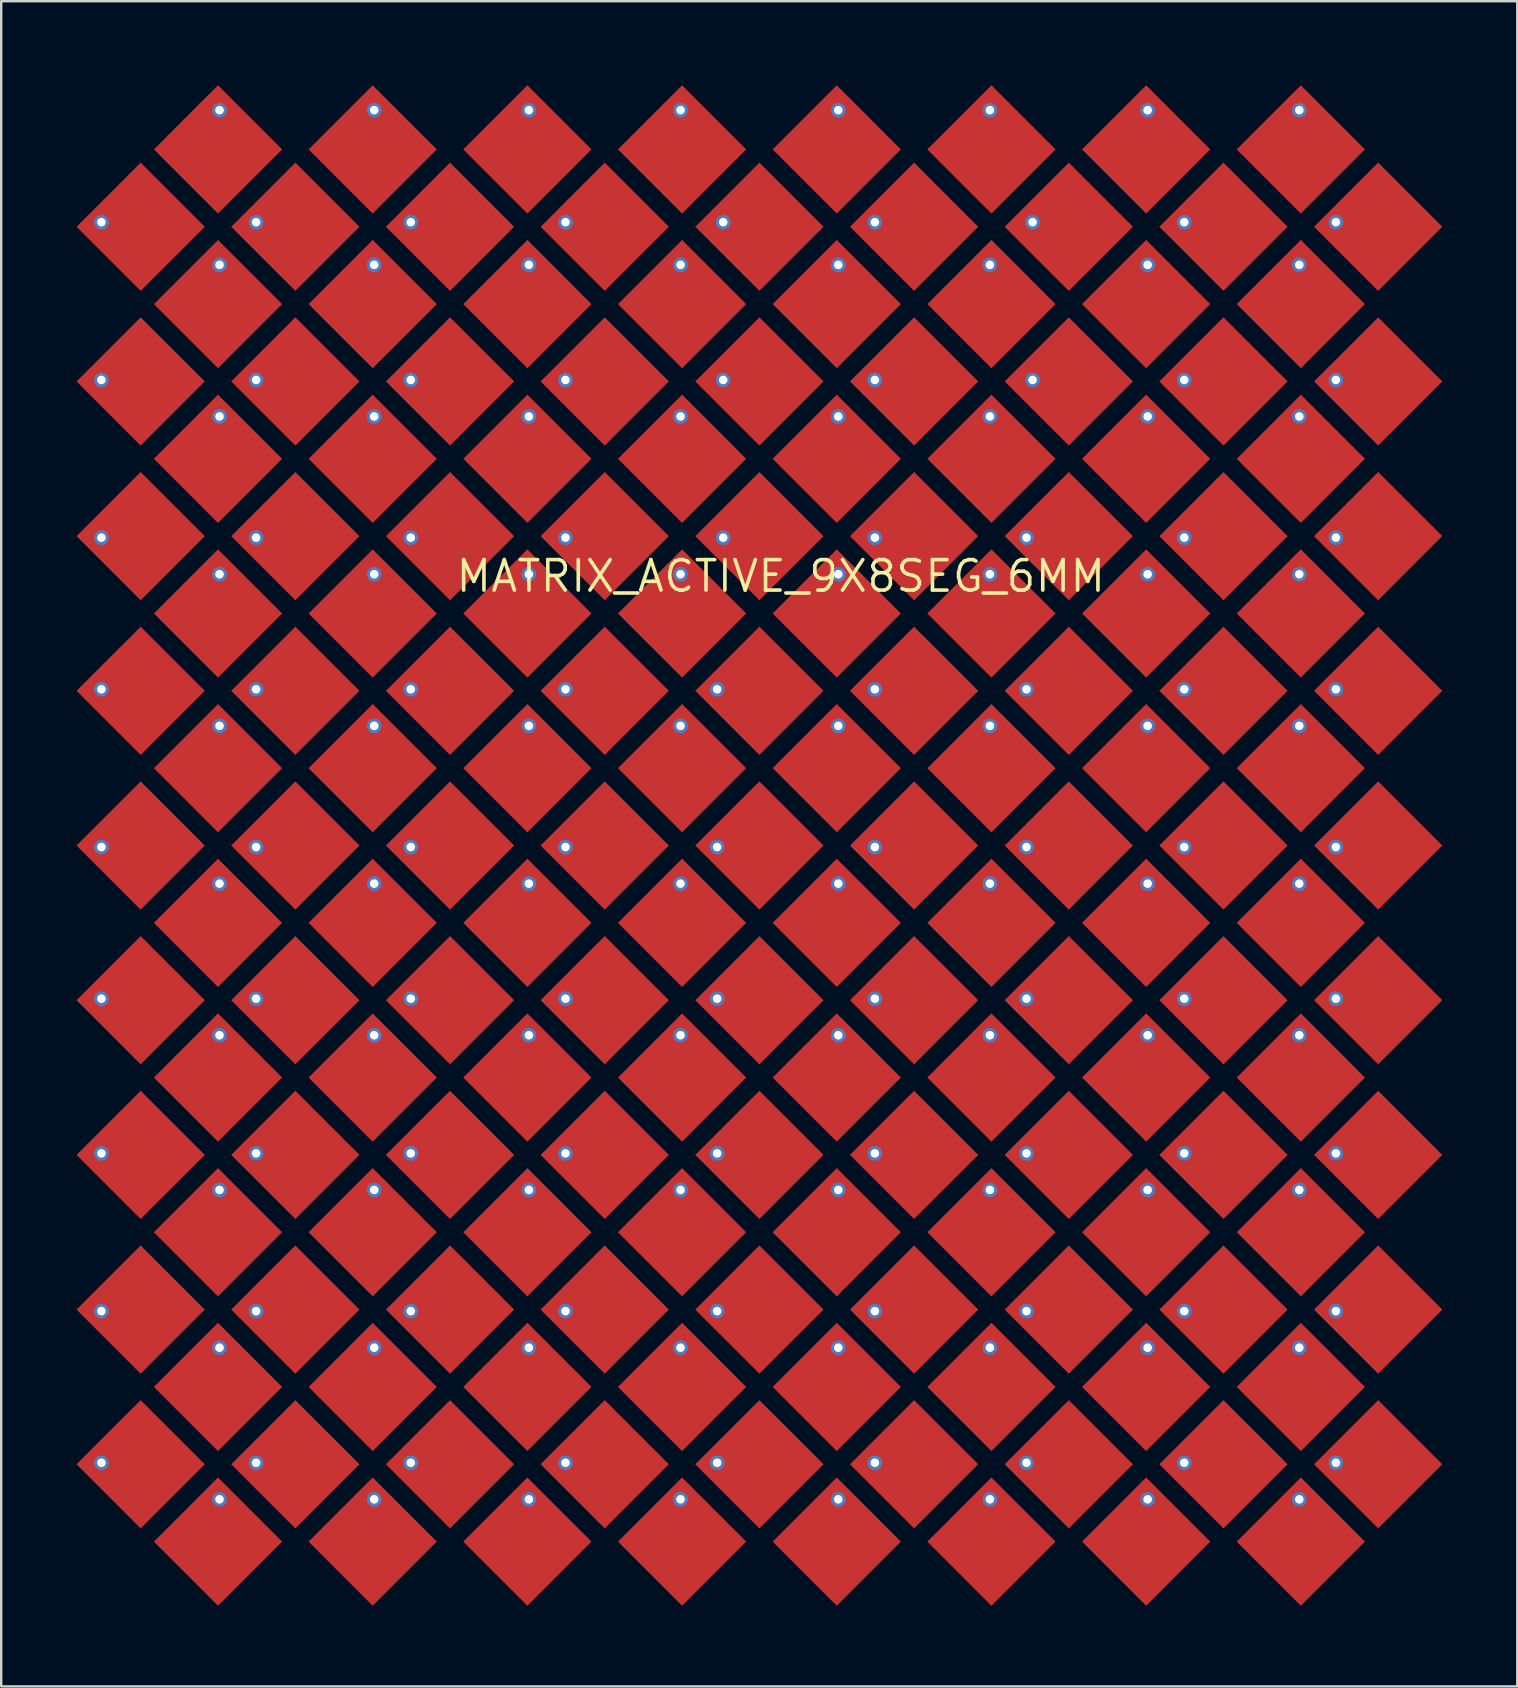
<source format=kicad_pcb>
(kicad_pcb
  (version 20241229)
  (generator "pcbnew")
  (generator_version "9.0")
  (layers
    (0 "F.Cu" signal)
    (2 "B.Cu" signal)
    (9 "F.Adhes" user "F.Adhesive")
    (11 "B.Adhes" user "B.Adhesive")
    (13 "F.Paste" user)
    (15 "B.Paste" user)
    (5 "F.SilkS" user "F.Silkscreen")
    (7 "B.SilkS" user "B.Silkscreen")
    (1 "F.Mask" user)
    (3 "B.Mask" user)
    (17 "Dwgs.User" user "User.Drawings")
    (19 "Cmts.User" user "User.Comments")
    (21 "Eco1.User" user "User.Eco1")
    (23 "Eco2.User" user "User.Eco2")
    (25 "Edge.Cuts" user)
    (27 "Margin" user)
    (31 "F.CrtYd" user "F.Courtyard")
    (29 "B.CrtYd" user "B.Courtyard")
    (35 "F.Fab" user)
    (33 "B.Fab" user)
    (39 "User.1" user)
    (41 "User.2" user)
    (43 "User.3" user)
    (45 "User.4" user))
  (footprint "MATRIX_ACTIVE_9X8SEG_6MM"
    (layer "F.Cu")
    (at 29.48 20.955)
    (property "Reference" "MATRIX_ACTIVE_9X8SEG_6MM" (at 0 0 0) (layer "F.SilkS") (effects (font (size 1.27 1.27) (thickness 0.15))))
    (fp_poly (pts (xy -23.998 -14.557) (xy -26.67 -11.886) (xy -29.342 -14.557) (xy -26.67 -17.229)) (stroke (width 0) (type default)) (fill yes) (layer "F.Cu"))
    (fp_poly (pts (xy -23.998 -8.113) (xy -26.67 -5.441) (xy -29.342 -8.113) (xy -26.67 -10.784)) (stroke (width 0) (type default)) (fill yes) (layer "F.Cu"))
    (fp_poly (pts (xy -23.998 -1.667) (xy -26.67 1.004) (xy -29.342 -1.667) (xy -26.67 -4.339)) (stroke (width 0) (type default)) (fill yes) (layer "F.Cu"))
    (fp_poly (pts (xy -23.998 4.777) (xy -26.67 7.449) (xy -29.342 4.777) (xy -26.67 2.106)) (stroke (width 0) (type default)) (fill yes) (layer "F.Cu"))
    (fp_poly (pts (xy -23.998 11.223) (xy -26.67 13.894) (xy -29.342 11.223) (xy -26.67 8.551)) (stroke (width 0) (type default)) (fill yes) (layer "F.Cu"))
    (fp_poly (pts (xy -23.998 17.668) (xy -26.67 20.339) (xy -29.342 17.668) (xy -26.67 14.996)) (stroke (width 0) (type default)) (fill yes) (layer "F.Cu"))
    (fp_poly (pts (xy -23.998 24.113) (xy -26.67 26.784) (xy -29.342 24.113) (xy -26.67 21.441)) (stroke (width 0) (type default)) (fill yes) (layer "F.Cu"))
    (fp_poly (pts (xy -23.998 30.558) (xy -26.67 33.229) (xy -29.342 30.558) (xy -26.67 27.886)) (stroke (width 0) (type default)) (fill yes) (layer "F.Cu"))
    (fp_poly (pts (xy -23.998 37.002) (xy -26.67 39.674) (xy -29.342 37.002) (xy -26.67 34.331)) (stroke (width 0) (type default)) (fill yes) (layer "F.Cu"))
    (fp_poly (pts (xy -20.776 -17.78) (xy -23.448 -15.108) (xy -26.119 -17.78) (xy -23.448 -20.452)) (stroke (width 0) (type default)) (fill yes) (layer "F.Cu"))
    (fp_poly (pts (xy -20.776 -11.335) (xy -23.448 -8.663) (xy -26.119 -11.335) (xy -23.448 -14.007)) (stroke (width 0) (type default)) (fill yes) (layer "F.Cu"))
    (fp_poly (pts (xy -20.776 -4.89) (xy -23.448 -2.218) (xy -26.119 -4.89) (xy -23.448 -7.562)) (stroke (width 0) (type default)) (fill yes) (layer "F.Cu"))
    (fp_poly (pts (xy -20.776 1.555) (xy -23.448 4.227) (xy -26.119 1.555) (xy -23.448 -1.117)) (stroke (width 0) (type default)) (fill yes) (layer "F.Cu"))
    (fp_poly (pts (xy -20.776 8) (xy -23.448 10.672) (xy -26.119 8) (xy -23.448 5.328)) (stroke (width 0) (type default)) (fill yes) (layer "F.Cu"))
    (fp_poly (pts (xy -20.776 14.445) (xy -23.448 17.117) (xy -26.119 14.445) (xy -23.448 11.773)) (stroke (width 0) (type default)) (fill yes) (layer "F.Cu"))
    (fp_poly (pts (xy -20.776 20.89) (xy -23.448 23.562) (xy -26.119 20.89) (xy -23.448 18.218)) (stroke (width 0) (type default)) (fill yes) (layer "F.Cu"))
    (fp_poly (pts (xy -20.776 27.335) (xy -23.448 30.007) (xy -26.119 27.335) (xy -23.448 24.663)) (stroke (width 0) (type default)) (fill yes) (layer "F.Cu"))
    (fp_poly (pts (xy -20.776 33.78) (xy -23.448 36.452) (xy -26.119 33.78) (xy -23.448 31.108)) (stroke (width 0) (type default)) (fill yes) (layer "F.Cu"))
    (fp_poly (pts (xy -20.776 40.225) (xy -23.448 42.897) (xy -26.119 40.225) (xy -23.448 37.553)) (stroke (width 0) (type default)) (fill yes) (layer "F.Cu"))
    (fp_poly (pts (xy -17.553 -14.557) (xy -20.225 -11.886) (xy -22.897 -14.557) (xy -20.225 -17.229)) (stroke (width 0) (type default)) (fill yes) (layer "F.Cu"))
    (fp_poly (pts (xy -17.553 -8.113) (xy -20.225 -5.441) (xy -22.897 -8.113) (xy -20.225 -10.784)) (stroke (width 0) (type default)) (fill yes) (layer "F.Cu"))
    (fp_poly (pts (xy -17.553 -1.667) (xy -20.225 1.004) (xy -22.897 -1.667) (xy -20.225 -4.339)) (stroke (width 0) (type default)) (fill yes) (layer "F.Cu"))
    (fp_poly (pts (xy -17.553 4.777) (xy -20.225 7.449) (xy -22.897 4.777) (xy -20.225 2.106)) (stroke (width 0) (type default)) (fill yes) (layer "F.Cu"))
    (fp_poly (pts (xy -17.553 11.223) (xy -20.225 13.894) (xy -22.897 11.223) (xy -20.225 8.551)) (stroke (width 0) (type default)) (fill yes) (layer "F.Cu"))
    (fp_poly (pts (xy -17.553 17.668) (xy -20.225 20.339) (xy -22.897 17.668) (xy -20.225 14.996)) (stroke (width 0) (type default)) (fill yes) (layer "F.Cu"))
    (fp_poly (pts (xy -17.553 24.113) (xy -20.225 26.784) (xy -22.897 24.113) (xy -20.225 21.441)) (stroke (width 0) (type default)) (fill yes) (layer "F.Cu"))
    (fp_poly (pts (xy -17.553 30.558) (xy -20.225 33.229) (xy -22.897 30.558) (xy -20.225 27.886)) (stroke (width 0) (type default)) (fill yes) (layer "F.Cu"))
    (fp_poly (pts (xy -17.553 37.002) (xy -20.225 39.674) (xy -22.897 37.002) (xy -20.225 34.331)) (stroke (width 0) (type default)) (fill yes) (layer "F.Cu"))
    (fp_poly (pts (xy -14.331 -17.78) (xy -17.003 -15.108) (xy -19.674 -17.78) (xy -17.003 -20.452)) (stroke (width 0) (type default)) (fill yes) (layer "F.Cu"))
    (fp_poly (pts (xy -14.331 -11.335) (xy -17.003 -8.663) (xy -19.674 -11.335) (xy -17.003 -14.007)) (stroke (width 0) (type default)) (fill yes) (layer "F.Cu"))
    (fp_poly (pts (xy -14.331 -4.89) (xy -17.003 -2.218) (xy -19.674 -4.89) (xy -17.003 -7.562)) (stroke (width 0) (type default)) (fill yes) (layer "F.Cu"))
    (fp_poly (pts (xy -14.331 1.555) (xy -17.003 4.227) (xy -19.674 1.555) (xy -17.003 -1.117)) (stroke (width 0) (type default)) (fill yes) (layer "F.Cu"))
    (fp_poly (pts (xy -14.331 8) (xy -17.003 10.672) (xy -19.674 8) (xy -17.003 5.328)) (stroke (width 0) (type default)) (fill yes) (layer "F.Cu"))
    (fp_poly (pts (xy -14.331 14.445) (xy -17.003 17.117) (xy -19.674 14.445) (xy -17.003 11.773)) (stroke (width 0) (type default)) (fill yes) (layer "F.Cu"))
    (fp_poly (pts (xy -14.331 20.89) (xy -17.003 23.562) (xy -19.674 20.89) (xy -17.003 18.218)) (stroke (width 0) (type default)) (fill yes) (layer "F.Cu"))
    (fp_poly (pts (xy -14.331 27.335) (xy -17.003 30.007) (xy -19.674 27.335) (xy -17.003 24.663)) (stroke (width 0) (type default)) (fill yes) (layer "F.Cu"))
    (fp_poly (pts (xy -14.331 33.78) (xy -17.003 36.452) (xy -19.674 33.78) (xy -17.003 31.108)) (stroke (width 0) (type default)) (fill yes) (layer "F.Cu"))
    (fp_poly (pts (xy -14.331 40.225) (xy -17.003 42.897) (xy -19.674 40.225) (xy -17.003 37.553)) (stroke (width 0) (type default)) (fill yes) (layer "F.Cu"))
    (fp_poly (pts (xy -11.108 -14.557) (xy -13.78 -11.886) (xy -16.452 -14.557) (xy -13.78 -17.229)) (stroke (width 0) (type default)) (fill yes) (layer "F.Cu"))
    (fp_poly (pts (xy -11.108 -8.113) (xy -13.78 -5.441) (xy -16.452 -8.113) (xy -13.78 -10.784)) (stroke (width 0) (type default)) (fill yes) (layer "F.Cu"))
    (fp_poly (pts (xy -11.108 -1.667) (xy -13.78 1.004) (xy -16.452 -1.667) (xy -13.78 -4.339)) (stroke (width 0) (type default)) (fill yes) (layer "F.Cu"))
    (fp_poly (pts (xy -11.108 4.777) (xy -13.78 7.449) (xy -16.452 4.777) (xy -13.78 2.106)) (stroke (width 0) (type default)) (fill yes) (layer "F.Cu"))
    (fp_poly (pts (xy -11.108 11.223) (xy -13.78 13.894) (xy -16.452 11.223) (xy -13.78 8.551)) (stroke (width 0) (type default)) (fill yes) (layer "F.Cu"))
    (fp_poly (pts (xy -11.108 17.668) (xy -13.78 20.339) (xy -16.452 17.668) (xy -13.78 14.996)) (stroke (width 0) (type default)) (fill yes) (layer "F.Cu"))
    (fp_poly (pts (xy -11.108 24.113) (xy -13.78 26.784) (xy -16.452 24.113) (xy -13.78 21.441)) (stroke (width 0) (type default)) (fill yes) (layer "F.Cu"))
    (fp_poly (pts (xy -11.108 30.558) (xy -13.78 33.229) (xy -16.452 30.558) (xy -13.78 27.886)) (stroke (width 0) (type default)) (fill yes) (layer "F.Cu"))
    (fp_poly (pts (xy -11.108 37.002) (xy -13.78 39.674) (xy -16.452 37.002) (xy -13.78 34.331)) (stroke (width 0) (type default)) (fill yes) (layer "F.Cu"))
    (fp_poly (pts (xy -7.886 -17.78) (xy -10.557 -15.108) (xy -13.229 -17.78) (xy -10.557 -20.452)) (stroke (width 0) (type default)) (fill yes) (layer "F.Cu"))
    (fp_poly (pts (xy -7.886 -11.335) (xy -10.557 -8.663) (xy -13.229 -11.335) (xy -10.557 -14.007)) (stroke (width 0) (type default)) (fill yes) (layer "F.Cu"))
    (fp_poly (pts (xy -7.886 -4.89) (xy -10.557 -2.218) (xy -13.229 -4.89) (xy -10.557 -7.562)) (stroke (width 0) (type default)) (fill yes) (layer "F.Cu"))
    (fp_poly (pts (xy -7.886 1.555) (xy -10.557 4.227) (xy -13.229 1.555) (xy -10.557 -1.117)) (stroke (width 0) (type default)) (fill yes) (layer "F.Cu"))
    (fp_poly (pts (xy -7.886 8) (xy -10.557 10.672) (xy -13.229 8) (xy -10.557 5.328)) (stroke (width 0) (type default)) (fill yes) (layer "F.Cu"))
    (fp_poly (pts (xy -7.886 14.445) (xy -10.557 17.117) (xy -13.229 14.445) (xy -10.557 11.773)) (stroke (width 0) (type default)) (fill yes) (layer "F.Cu"))
    (fp_poly (pts (xy -7.886 20.89) (xy -10.557 23.562) (xy -13.229 20.89) (xy -10.557 18.218)) (stroke (width 0) (type default)) (fill yes) (layer "F.Cu"))
    (fp_poly (pts (xy -7.886 27.335) (xy -10.557 30.007) (xy -13.229 27.335) (xy -10.557 24.663)) (stroke (width 0) (type default)) (fill yes) (layer "F.Cu"))
    (fp_poly (pts (xy -7.886 33.78) (xy -10.557 36.452) (xy -13.229 33.78) (xy -10.557 31.108)) (stroke (width 0) (type default)) (fill yes) (layer "F.Cu"))
    (fp_poly (pts (xy -7.886 40.225) (xy -10.557 42.897) (xy -13.229 40.225) (xy -10.557 37.553)) (stroke (width 0) (type default)) (fill yes) (layer "F.Cu"))
    (fp_poly (pts (xy -4.663 -14.557) (xy -7.335 -11.886) (xy -10.007 -14.557) (xy -7.335 -17.229)) (stroke (width 0) (type default)) (fill yes) (layer "F.Cu"))
    (fp_poly (pts (xy -4.663 -8.113) (xy -7.335 -5.441) (xy -10.007 -8.113) (xy -7.335 -10.784)) (stroke (width 0) (type default)) (fill yes) (layer "F.Cu"))
    (fp_poly (pts (xy -4.663 -1.667) (xy -7.335 1.004) (xy -10.007 -1.667) (xy -7.335 -4.339)) (stroke (width 0) (type default)) (fill yes) (layer "F.Cu"))
    (fp_poly (pts (xy -4.663 4.777) (xy -7.335 7.449) (xy -10.007 4.777) (xy -7.335 2.106)) (stroke (width 0) (type default)) (fill yes) (layer "F.Cu"))
    (fp_poly (pts (xy -4.663 11.223) (xy -7.335 13.894) (xy -10.007 11.223) (xy -7.335 8.551)) (stroke (width 0) (type default)) (fill yes) (layer "F.Cu"))
    (fp_poly (pts (xy -4.663 17.668) (xy -7.335 20.339) (xy -10.007 17.668) (xy -7.335 14.996)) (stroke (width 0) (type default)) (fill yes) (layer "F.Cu"))
    (fp_poly (pts (xy -4.663 24.113) (xy -7.335 26.784) (xy -10.007 24.113) (xy -7.335 21.441)) (stroke (width 0) (type default)) (fill yes) (layer "F.Cu"))
    (fp_poly (pts (xy -4.663 30.558) (xy -7.335 33.229) (xy -10.007 30.558) (xy -7.335 27.886)) (stroke (width 0) (type default)) (fill yes) (layer "F.Cu"))
    (fp_poly (pts (xy -4.663 37.002) (xy -7.335 39.674) (xy -10.007 37.002) (xy -7.335 34.331)) (stroke (width 0) (type default)) (fill yes) (layer "F.Cu"))
    (fp_poly (pts (xy -1.441 -17.78) (xy -4.112 -15.108) (xy -6.784 -17.78) (xy -4.112 -20.452)) (stroke (width 0) (type default)) (fill yes) (layer "F.Cu"))
    (fp_poly (pts (xy -1.441 -11.335) (xy -4.112 -8.663) (xy -6.784 -11.335) (xy -4.112 -14.007)) (stroke (width 0) (type default)) (fill yes) (layer "F.Cu"))
    (fp_poly (pts (xy -1.441 -4.89) (xy -4.112 -2.218) (xy -6.784 -4.89) (xy -4.112 -7.562)) (stroke (width 0) (type default)) (fill yes) (layer "F.Cu"))
    (fp_poly (pts (xy -1.441 1.555) (xy -4.112 4.227) (xy -6.784 1.555) (xy -4.112 -1.117)) (stroke (width 0) (type default)) (fill yes) (layer "F.Cu"))
    (fp_poly (pts (xy -1.441 8) (xy -4.112 10.672) (xy -6.784 8) (xy -4.112 5.328)) (stroke (width 0) (type default)) (fill yes) (layer "F.Cu"))
    (fp_poly (pts (xy -1.441 14.445) (xy -4.112 17.117) (xy -6.784 14.445) (xy -4.112 11.773)) (stroke (width 0) (type default)) (fill yes) (layer "F.Cu"))
    (fp_poly (pts (xy -1.441 20.89) (xy -4.112 23.562) (xy -6.784 20.89) (xy -4.112 18.218)) (stroke (width 0) (type default)) (fill yes) (layer "F.Cu"))
    (fp_poly (pts (xy -1.441 27.335) (xy -4.112 30.007) (xy -6.784 27.335) (xy -4.112 24.663)) (stroke (width 0) (type default)) (fill yes) (layer "F.Cu"))
    (fp_poly (pts (xy -1.441 33.78) (xy -4.112 36.452) (xy -6.784 33.78) (xy -4.112 31.108)) (stroke (width 0) (type default)) (fill yes) (layer "F.Cu"))
    (fp_poly (pts (xy -1.441 40.225) (xy -4.112 42.897) (xy -6.784 40.225) (xy -4.112 37.553)) (stroke (width 0) (type default)) (fill yes) (layer "F.Cu"))
    (fp_poly (pts (xy 1.782 -14.557) (xy -0.89 -11.886) (xy -3.562 -14.557) (xy -0.89 -17.229)) (stroke (width 0) (type default)) (fill yes) (layer "F.Cu"))
    (fp_poly (pts (xy 1.782 -8.113) (xy -0.89 -5.441) (xy -3.562 -8.113) (xy -0.89 -10.784)) (stroke (width 0) (type default)) (fill yes) (layer "F.Cu"))
    (fp_poly (pts (xy 1.782 -1.667) (xy -0.89 1.004) (xy -3.562 -1.667) (xy -0.89 -4.339)) (stroke (width 0) (type default)) (fill yes) (layer "F.Cu"))
    (fp_poly (pts (xy 1.782 4.777) (xy -0.89 7.449) (xy -3.562 4.777) (xy -0.89 2.106)) (stroke (width 0) (type default)) (fill yes) (layer "F.Cu"))
    (fp_poly (pts (xy 1.782 11.223) (xy -0.89 13.894) (xy -3.562 11.223) (xy -0.89 8.551)) (stroke (width 0) (type default)) (fill yes) (layer "F.Cu"))
    (fp_poly (pts (xy 1.782 17.668) (xy -0.89 20.339) (xy -3.562 17.668) (xy -0.89 14.996)) (stroke (width 0) (type default)) (fill yes) (layer "F.Cu"))
    (fp_poly (pts (xy 1.782 24.113) (xy -0.89 26.784) (xy -3.562 24.113) (xy -0.89 21.441)) (stroke (width 0) (type default)) (fill yes) (layer "F.Cu"))
    (fp_poly (pts (xy 1.782 30.558) (xy -0.89 33.229) (xy -3.562 30.558) (xy -0.89 27.886)) (stroke (width 0) (type default)) (fill yes) (layer "F.Cu"))
    (fp_poly (pts (xy 1.782 37.002) (xy -0.89 39.674) (xy -3.562 37.002) (xy -0.89 34.331)) (stroke (width 0) (type default)) (fill yes) (layer "F.Cu"))
    (fp_poly (pts (xy 5.004 -17.78) (xy 2.333 -15.108) (xy -0.339 -17.78) (xy 2.333 -20.452)) (stroke (width 0) (type default)) (fill yes) (layer "F.Cu"))
    (fp_poly (pts (xy 5.004 -11.335) (xy 2.333 -8.663) (xy -0.339 -11.335) (xy 2.333 -14.007)) (stroke (width 0) (type default)) (fill yes) (layer "F.Cu"))
    (fp_poly (pts (xy 5.004 -4.89) (xy 2.333 -2.218) (xy -0.339 -4.89) (xy 2.333 -7.562)) (stroke (width 0) (type default)) (fill yes) (layer "F.Cu"))
    (fp_poly (pts (xy 5.004 1.555) (xy 2.333 4.227) (xy -0.339 1.555) (xy 2.333 -1.117)) (stroke (width 0) (type default)) (fill yes) (layer "F.Cu"))
    (fp_poly (pts (xy 5.004 8) (xy 2.333 10.672) (xy -0.339 8) (xy 2.333 5.328)) (stroke (width 0) (type default)) (fill yes) (layer "F.Cu"))
    (fp_poly (pts (xy 5.004 14.445) (xy 2.333 17.117) (xy -0.339 14.445) (xy 2.333 11.773)) (stroke (width 0) (type default)) (fill yes) (layer "F.Cu"))
    (fp_poly (pts (xy 5.004 20.89) (xy 2.333 23.562) (xy -0.339 20.89) (xy 2.333 18.218)) (stroke (width 0) (type default)) (fill yes) (layer "F.Cu"))
    (fp_poly (pts (xy 5.004 27.335) (xy 2.333 30.007) (xy -0.339 27.335) (xy 2.333 24.663)) (stroke (width 0) (type default)) (fill yes) (layer "F.Cu"))
    (fp_poly (pts (xy 5.004 33.78) (xy 2.333 36.452) (xy -0.339 33.78) (xy 2.333 31.108)) (stroke (width 0) (type default)) (fill yes) (layer "F.Cu"))
    (fp_poly (pts (xy 5.004 40.225) (xy 2.333 42.897) (xy -0.339 40.225) (xy 2.333 37.553)) (stroke (width 0) (type default)) (fill yes) (layer "F.Cu"))
    (fp_poly (pts (xy 8.227 -14.557) (xy 5.555 -11.886) (xy 2.883 -14.557) (xy 5.555 -17.229)) (stroke (width 0) (type default)) (fill yes) (layer "F.Cu"))
    (fp_poly (pts (xy 8.227 -8.113) (xy 5.555 -5.441) (xy 2.883 -8.113) (xy 5.555 -10.784)) (stroke (width 0) (type default)) (fill yes) (layer "F.Cu"))
    (fp_poly (pts (xy 8.227 -1.667) (xy 5.555 1.004) (xy 2.883 -1.667) (xy 5.555 -4.339)) (stroke (width 0) (type default)) (fill yes) (layer "F.Cu"))
    (fp_poly (pts (xy 8.227 4.777) (xy 5.555 7.449) (xy 2.883 4.777) (xy 5.555 2.106)) (stroke (width 0) (type default)) (fill yes) (layer "F.Cu"))
    (fp_poly (pts (xy 8.227 11.223) (xy 5.555 13.894) (xy 2.883 11.223) (xy 5.555 8.551)) (stroke (width 0) (type default)) (fill yes) (layer "F.Cu"))
    (fp_poly (pts (xy 8.227 17.668) (xy 5.555 20.339) (xy 2.883 17.668) (xy 5.555 14.996)) (stroke (width 0) (type default)) (fill yes) (layer "F.Cu"))
    (fp_poly (pts (xy 8.227 24.113) (xy 5.555 26.784) (xy 2.883 24.113) (xy 5.555 21.441)) (stroke (width 0) (type default)) (fill yes) (layer "F.Cu"))
    (fp_poly (pts (xy 8.227 30.558) (xy 5.555 33.229) (xy 2.883 30.558) (xy 5.555 27.886)) (stroke (width 0) (type default)) (fill yes) (layer "F.Cu"))
    (fp_poly (pts (xy 8.227 37.002) (xy 5.555 39.674) (xy 2.883 37.002) (xy 5.555 34.331)) (stroke (width 0) (type default)) (fill yes) (layer "F.Cu"))
    (fp_poly (pts (xy 11.449 -17.78) (xy 8.777 -15.108) (xy 6.106 -17.78) (xy 8.777 -20.452)) (stroke (width 0) (type default)) (fill yes) (layer "F.Cu"))
    (fp_poly (pts (xy 11.449 -11.335) (xy 8.777 -8.663) (xy 6.106 -11.335) (xy 8.777 -14.007)) (stroke (width 0) (type default)) (fill yes) (layer "F.Cu"))
    (fp_poly (pts (xy 11.449 -4.89) (xy 8.777 -2.218) (xy 6.106 -4.89) (xy 8.777 -7.562)) (stroke (width 0) (type default)) (fill yes) (layer "F.Cu"))
    (fp_poly (pts (xy 11.449 1.555) (xy 8.777 4.227) (xy 6.106 1.555) (xy 8.777 -1.117)) (stroke (width 0) (type default)) (fill yes) (layer "F.Cu"))
    (fp_poly (pts (xy 11.449 8) (xy 8.777 10.672) (xy 6.106 8) (xy 8.777 5.328)) (stroke (width 0) (type default)) (fill yes) (layer "F.Cu"))
    (fp_poly (pts (xy 11.449 14.445) (xy 8.777 17.117) (xy 6.106 14.445) (xy 8.777 11.773)) (stroke (width 0) (type default)) (fill yes) (layer "F.Cu"))
    (fp_poly (pts (xy 11.449 20.89) (xy 8.777 23.562) (xy 6.106 20.89) (xy 8.777 18.218)) (stroke (width 0) (type default)) (fill yes) (layer "F.Cu"))
    (fp_poly (pts (xy 11.449 27.335) (xy 8.777 30.007) (xy 6.106 27.335) (xy 8.777 24.663)) (stroke (width 0) (type default)) (fill yes) (layer "F.Cu"))
    (fp_poly (pts (xy 11.449 33.78) (xy 8.777 36.452) (xy 6.106 33.78) (xy 8.777 31.108)) (stroke (width 0) (type default)) (fill yes) (layer "F.Cu"))
    (fp_poly (pts (xy 11.449 40.225) (xy 8.777 42.897) (xy 6.106 40.225) (xy 8.777 37.553)) (stroke (width 0) (type default)) (fill yes) (layer "F.Cu"))
    (fp_poly (pts (xy 14.672 -14.557) (xy 12 -11.886) (xy 9.328 -14.557) (xy 12 -17.229)) (stroke (width 0) (type default)) (fill yes) (layer "F.Cu"))
    (fp_poly (pts (xy 14.672 -8.113) (xy 12 -5.441) (xy 9.328 -8.113) (xy 12 -10.784)) (stroke (width 0) (type default)) (fill yes) (layer "F.Cu"))
    (fp_poly (pts (xy 14.672 -1.667) (xy 12 1.004) (xy 9.328 -1.667) (xy 12 -4.339)) (stroke (width 0) (type default)) (fill yes) (layer "F.Cu"))
    (fp_poly (pts (xy 14.672 4.777) (xy 12 7.449) (xy 9.328 4.777) (xy 12 2.106)) (stroke (width 0) (type default)) (fill yes) (layer "F.Cu"))
    (fp_poly (pts (xy 14.672 11.223) (xy 12 13.894) (xy 9.328 11.223) (xy 12 8.551)) (stroke (width 0) (type default)) (fill yes) (layer "F.Cu"))
    (fp_poly (pts (xy 14.672 17.668) (xy 12 20.339) (xy 9.328 17.668) (xy 12 14.996)) (stroke (width 0) (type default)) (fill yes) (layer "F.Cu"))
    (fp_poly (pts (xy 14.672 24.113) (xy 12 26.784) (xy 9.328 24.113) (xy 12 21.441)) (stroke (width 0) (type default)) (fill yes) (layer "F.Cu"))
    (fp_poly (pts (xy 14.672 30.558) (xy 12 33.229) (xy 9.328 30.558) (xy 12 27.886)) (stroke (width 0) (type default)) (fill yes) (layer "F.Cu"))
    (fp_poly (pts (xy 14.672 37.002) (xy 12 39.674) (xy 9.328 37.002) (xy 12 34.331)) (stroke (width 0) (type default)) (fill yes) (layer "F.Cu"))
    (fp_poly (pts (xy 17.894 -17.78) (xy 15.223 -15.108) (xy 12.551 -17.78) (xy 15.223 -20.452)) (stroke (width 0) (type default)) (fill yes) (layer "F.Cu"))
    (fp_poly (pts (xy 17.894 -11.335) (xy 15.223 -8.663) (xy 12.551 -11.335) (xy 15.223 -14.007)) (stroke (width 0) (type default)) (fill yes) (layer "F.Cu"))
    (fp_poly (pts (xy 17.894 -4.89) (xy 15.223 -2.218) (xy 12.551 -4.89) (xy 15.223 -7.562)) (stroke (width 0) (type default)) (fill yes) (layer "F.Cu"))
    (fp_poly (pts (xy 17.894 1.555) (xy 15.223 4.227) (xy 12.551 1.555) (xy 15.223 -1.117)) (stroke (width 0) (type default)) (fill yes) (layer "F.Cu"))
    (fp_poly (pts (xy 17.894 8) (xy 15.223 10.672) (xy 12.551 8) (xy 15.223 5.328)) (stroke (width 0) (type default)) (fill yes) (layer "F.Cu"))
    (fp_poly (pts (xy 17.894 14.445) (xy 15.223 17.117) (xy 12.551 14.445) (xy 15.223 11.773)) (stroke (width 0) (type default)) (fill yes) (layer "F.Cu"))
    (fp_poly (pts (xy 17.894 20.89) (xy 15.223 23.562) (xy 12.551 20.89) (xy 15.223 18.218)) (stroke (width 0) (type default)) (fill yes) (layer "F.Cu"))
    (fp_poly (pts (xy 17.894 27.335) (xy 15.223 30.007) (xy 12.551 27.335) (xy 15.223 24.663)) (stroke (width 0) (type default)) (fill yes) (layer "F.Cu"))
    (fp_poly (pts (xy 17.894 33.78) (xy 15.223 36.452) (xy 12.551 33.78) (xy 15.223 31.108)) (stroke (width 0) (type default)) (fill yes) (layer "F.Cu"))
    (fp_poly (pts (xy 17.894 40.225) (xy 15.223 42.897) (xy 12.551 40.225) (xy 15.223 37.553)) (stroke (width 0) (type default)) (fill yes) (layer "F.Cu"))
    (fp_poly (pts (xy 21.117 -14.557) (xy 18.445 -11.886) (xy 15.773 -14.557) (xy 18.445 -17.229)) (stroke (width 0) (type default)) (fill yes) (layer "F.Cu"))
    (fp_poly (pts (xy 21.117 -8.113) (xy 18.445 -5.441) (xy 15.773 -8.113) (xy 18.445 -10.784)) (stroke (width 0) (type default)) (fill yes) (layer "F.Cu"))
    (fp_poly (pts (xy 21.117 -1.667) (xy 18.445 1.004) (xy 15.773 -1.667) (xy 18.445 -4.339)) (stroke (width 0) (type default)) (fill yes) (layer "F.Cu"))
    (fp_poly (pts (xy 21.117 4.777) (xy 18.445 7.449) (xy 15.773 4.777) (xy 18.445 2.106)) (stroke (width 0) (type default)) (fill yes) (layer "F.Cu"))
    (fp_poly (pts (xy 21.117 11.223) (xy 18.445 13.894) (xy 15.773 11.223) (xy 18.445 8.551)) (stroke (width 0) (type default)) (fill yes) (layer "F.Cu"))
    (fp_poly (pts (xy 21.117 17.668) (xy 18.445 20.339) (xy 15.773 17.668) (xy 18.445 14.996)) (stroke (width 0) (type default)) (fill yes) (layer "F.Cu"))
    (fp_poly (pts (xy 21.117 24.113) (xy 18.445 26.784) (xy 15.773 24.113) (xy 18.445 21.441)) (stroke (width 0) (type default)) (fill yes) (layer "F.Cu"))
    (fp_poly (pts (xy 21.117 30.558) (xy 18.445 33.229) (xy 15.773 30.558) (xy 18.445 27.886)) (stroke (width 0) (type default)) (fill yes) (layer "F.Cu"))
    (fp_poly (pts (xy 21.117 37.002) (xy 18.445 39.674) (xy 15.773 37.002) (xy 18.445 34.331)) (stroke (width 0) (type default)) (fill yes) (layer "F.Cu"))
    (fp_poly (pts (xy 24.339 -17.78) (xy 21.668 -15.108) (xy 18.996 -17.78) (xy 21.668 -20.452)) (stroke (width 0) (type default)) (fill yes) (layer "F.Cu"))
    (fp_poly (pts (xy 24.339 -11.335) (xy 21.668 -8.663) (xy 18.996 -11.335) (xy 21.668 -14.007)) (stroke (width 0) (type default)) (fill yes) (layer "F.Cu"))
    (fp_poly (pts (xy 24.339 -4.89) (xy 21.668 -2.218) (xy 18.996 -4.89) (xy 21.668 -7.562)) (stroke (width 0) (type default)) (fill yes) (layer "F.Cu"))
    (fp_poly (pts (xy 24.339 1.555) (xy 21.668 4.227) (xy 18.996 1.555) (xy 21.668 -1.117)) (stroke (width 0) (type default)) (fill yes) (layer "F.Cu"))
    (fp_poly (pts (xy 24.339 8) (xy 21.668 10.672) (xy 18.996 8) (xy 21.668 5.328)) (stroke (width 0) (type default)) (fill yes) (layer "F.Cu"))
    (fp_poly (pts (xy 24.339 14.445) (xy 21.668 17.117) (xy 18.996 14.445) (xy 21.668 11.773)) (stroke (width 0) (type default)) (fill yes) (layer "F.Cu"))
    (fp_poly (pts (xy 24.339 20.89) (xy 21.668 23.562) (xy 18.996 20.89) (xy 21.668 18.218)) (stroke (width 0) (type default)) (fill yes) (layer "F.Cu"))
    (fp_poly (pts (xy 24.339 27.335) (xy 21.668 30.007) (xy 18.996 27.335) (xy 21.668 24.663)) (stroke (width 0) (type default)) (fill yes) (layer "F.Cu"))
    (fp_poly (pts (xy 24.339 33.78) (xy 21.668 36.452) (xy 18.996 33.78) (xy 21.668 31.108)) (stroke (width 0) (type default)) (fill yes) (layer "F.Cu"))
    (fp_poly (pts (xy 24.339 40.225) (xy 21.668 42.897) (xy 18.996 40.225) (xy 21.668 37.553)) (stroke (width 0) (type default)) (fill yes) (layer "F.Cu"))
    (fp_poly (pts (xy 27.562 -14.557) (xy 24.89 -11.886) (xy 22.218 -14.557) (xy 24.89 -17.229)) (stroke (width 0) (type default)) (fill yes) (layer "F.Cu"))
    (fp_poly (pts (xy 27.562 -8.113) (xy 24.89 -5.441) (xy 22.218 -8.113) (xy 24.89 -10.784)) (stroke (width 0) (type default)) (fill yes) (layer "F.Cu"))
    (fp_poly (pts (xy 27.562 -1.667) (xy 24.89 1.004) (xy 22.218 -1.667) (xy 24.89 -4.339)) (stroke (width 0) (type default)) (fill yes) (layer "F.Cu"))
    (fp_poly (pts (xy 27.562 4.777) (xy 24.89 7.449) (xy 22.218 4.777) (xy 24.89 2.106)) (stroke (width 0) (type default)) (fill yes) (layer "F.Cu"))
    (fp_poly (pts (xy 27.562 11.223) (xy 24.89 13.894) (xy 22.218 11.223) (xy 24.89 8.551)) (stroke (width 0) (type default)) (fill yes) (layer "F.Cu"))
    (fp_poly (pts (xy 27.562 17.668) (xy 24.89 20.339) (xy 22.218 17.668) (xy 24.89 14.996)) (stroke (width 0) (type default)) (fill yes) (layer "F.Cu"))
    (fp_poly (pts (xy 27.562 24.113) (xy 24.89 26.784) (xy 22.218 24.113) (xy 24.89 21.441)) (stroke (width 0) (type default)) (fill yes) (layer "F.Cu"))
    (fp_poly (pts (xy 27.562 30.558) (xy 24.89 33.229) (xy 22.218 30.558) (xy 24.89 27.886)) (stroke (width 0) (type default)) (fill yes) (layer "F.Cu"))
    (fp_poly (pts (xy 27.562 37.002) (xy 24.89 39.674) (xy 22.218 37.002) (xy 24.89 34.331)) (stroke (width 0) (type default)) (fill yes) (layer "F.Cu"))
    (pad "X0Y0" thru_hole circle (at -23.384 -19.415) (size 0.61 0.61) (drill 0.356) (layers "*.Cu"))
    (pad "X0Y1" thru_hole circle (at -23.384 -12.97) (size 0.61 0.61) (drill 0.356) (layers "*.Cu"))
    (pad "X0Y2" thru_hole circle (at -23.384 -6.652) (size 0.61 0.61) (drill 0.356) (layers "*.Cu"))
    (pad "X0Y3" thru_hole circle (at -23.384 -0.08) (size 0.61 0.61) (drill 0.356) (layers "*.Cu"))
    (pad "X0Y4" thru_hole circle (at -23.384 6.238) (size 0.61 0.61) (drill 0.356) (layers "*.Cu"))
    (pad "X0Y5" thru_hole circle (at -23.384 12.81) (size 0.61 0.61) (drill 0.356) (layers "*.Cu"))
    (pad "X0Y6" thru_hole circle (at -23.384 19.128) (size 0.61 0.61) (drill 0.356) (layers "*.Cu"))
    (pad "X0Y7" thru_hole circle (at -23.384 25.573) (size 0.61 0.61) (drill 0.356) (layers "*.Cu"))
    (pad "X0Y8" thru_hole circle (at -23.384 32.145) (size 0.61 0.61) (drill 0.356) (layers "*.Cu"))
    (pad "X0Y9" thru_hole circle (at -23.384 38.463) (size 0.61 0.61) (drill 0.356) (layers "*.Cu"))
    (pad "X1Y0" thru_hole circle (at -16.939 -19.415) (size 0.61 0.61) (drill 0.356) (layers "*.Cu"))
    (pad "X1Y1" thru_hole circle (at -16.939 -12.97) (size 0.61 0.61) (drill 0.356) (layers "*.Cu"))
    (pad "X1Y2" thru_hole circle (at -16.939 -6.652) (size 0.61 0.61) (drill 0.356) (layers "*.Cu"))
    (pad "X1Y3" thru_hole circle (at -16.939 -0.08) (size 0.61 0.61) (drill 0.356) (layers "*.Cu"))
    (pad "X1Y4" thru_hole circle (at -16.939 6.238) (size 0.61 0.61) (drill 0.356) (layers "*.Cu"))
    (pad "X1Y5" thru_hole circle (at -16.939 12.81) (size 0.61 0.61) (drill 0.356) (layers "*.Cu"))
    (pad "X1Y6" thru_hole circle (at -16.939 19.128) (size 0.61 0.61) (drill 0.356) (layers "*.Cu"))
    (pad "X1Y7" thru_hole circle (at -16.939 25.573) (size 0.61 0.61) (drill 0.356) (layers "*.Cu"))
    (pad "X1Y8" thru_hole circle (at -16.939 32.145) (size 0.61 0.61) (drill 0.356) (layers "*.Cu"))
    (pad "X1Y9" thru_hole circle (at -16.939 38.463) (size 0.61 0.61) (drill 0.356) (layers "*.Cu"))
    (pad "X2Y0" thru_hole circle (at -10.494 -19.415) (size 0.61 0.61) (drill 0.356) (layers "*.Cu"))
    (pad "X2Y1" thru_hole circle (at -10.494 -12.97) (size 0.61 0.61) (drill 0.356) (layers "*.Cu"))
    (pad "X2Y2" thru_hole circle (at -10.494 -6.652) (size 0.61 0.61) (drill 0.356) (layers "*.Cu"))
    (pad "X2Y3" thru_hole circle (at -10.494 -0.08) (size 0.61 0.61) (drill 0.356) (layers "*.Cu"))
    (pad "X2Y4" thru_hole circle (at -10.494 6.238) (size 0.61 0.61) (drill 0.356) (layers "*.Cu"))
    (pad "X2Y5" thru_hole circle (at -10.494 12.81) (size 0.61 0.61) (drill 0.356) (layers "*.Cu"))
    (pad "X2Y6" thru_hole circle (at -10.494 19.128) (size 0.61 0.61) (drill 0.356) (layers "*.Cu"))
    (pad "X2Y7" thru_hole circle (at -10.494 25.573) (size 0.61 0.61) (drill 0.356) (layers "*.Cu"))
    (pad "X2Y8" thru_hole circle (at -10.494 32.145) (size 0.61 0.61) (drill 0.356) (layers "*.Cu"))
    (pad "X2Y9" thru_hole circle (at -10.494 38.463) (size 0.61 0.61) (drill 0.356) (layers "*.Cu"))
    (pad "X3Y0" thru_hole circle (at -4.176 -19.415) (size 0.61 0.61) (drill 0.356) (layers "*.Cu"))
    (pad "X3Y1" thru_hole circle (at -4.176 -12.97) (size 0.61 0.61) (drill 0.356) (layers "*.Cu"))
    (pad "X3Y2" thru_hole circle (at -4.176 -6.652) (size 0.61 0.61) (drill 0.356) (layers "*.Cu"))
    (pad "X3Y3" thru_hole circle (at -4.176 -0.08) (size 0.61 0.61) (drill 0.356) (layers "*.Cu"))
    (pad "X3Y4" thru_hole circle (at -4.176 6.238) (size 0.61 0.61) (drill 0.356) (layers "*.Cu"))
    (pad "X3Y5" thru_hole circle (at -4.176 12.81) (size 0.61 0.61) (drill 0.356) (layers "*.Cu"))
    (pad "X3Y6" thru_hole circle (at -4.176 19.128) (size 0.61 0.61) (drill 0.356) (layers "*.Cu"))
    (pad "X3Y7" thru_hole circle (at -4.176 25.573) (size 0.61 0.61) (drill 0.356) (layers "*.Cu"))
    (pad "X3Y8" thru_hole circle (at -4.176 32.145) (size 0.61 0.61) (drill 0.356) (layers "*.Cu"))
    (pad "X3Y9" thru_hole circle (at -4.176 38.463) (size 0.61 0.61) (drill 0.356) (layers "*.Cu"))
    (pad "X4Y0" thru_hole circle (at 2.396 -19.415) (size 0.61 0.61) (drill 0.356) (layers "*.Cu"))
    (pad "X4Y1" thru_hole circle (at 2.396 -12.97) (size 0.61 0.61) (drill 0.356) (layers "*.Cu"))
    (pad "X4Y2" thru_hole circle (at 2.396 -6.652) (size 0.61 0.61) (drill 0.356) (layers "*.Cu"))
    (pad "X4Y3" thru_hole circle (at 2.396 -0.08) (size 0.61 0.61) (drill 0.356) (layers "*.Cu"))
    (pad "X4Y4" thru_hole circle (at 2.396 6.238) (size 0.61 0.61) (drill 0.356) (layers "*.Cu"))
    (pad "X4Y5" thru_hole circle (at 2.396 12.81) (size 0.61 0.61) (drill 0.356) (layers "*.Cu"))
    (pad "X4Y6" thru_hole circle (at 2.396 19.128) (size 0.61 0.61) (drill 0.356) (layers "*.Cu"))
    (pad "X4Y7" thru_hole circle (at 2.396 25.573) (size 0.61 0.61) (drill 0.356) (layers "*.Cu"))
    (pad "X4Y8" thru_hole circle (at 2.396 32.145) (size 0.61 0.61) (drill 0.356) (layers "*.Cu"))
    (pad "X4Y9" thru_hole circle (at 2.396 38.463) (size 0.61 0.61) (drill 0.356) (layers "*.Cu"))
    (pad "X5Y0" thru_hole circle (at 8.714 -19.415) (size 0.61 0.61) (drill 0.356) (layers "*.Cu"))
    (pad "X5Y1" thru_hole circle (at 8.714 -12.97) (size 0.61 0.61) (drill 0.356) (layers "*.Cu"))
    (pad "X5Y2" thru_hole circle (at 8.714 -6.652) (size 0.61 0.61) (drill 0.356) (layers "*.Cu"))
    (pad "X5Y3" thru_hole circle (at 8.714 -0.08) (size 0.61 0.61) (drill 0.356) (layers "*.Cu"))
    (pad "X5Y4" thru_hole circle (at 8.714 6.238) (size 0.61 0.61) (drill 0.356) (layers "*.Cu"))
    (pad "X5Y5" thru_hole circle (at 8.714 12.81) (size 0.61 0.61) (drill 0.356) (layers "*.Cu"))
    (pad "X5Y6" thru_hole circle (at 8.714 19.128) (size 0.61 0.61) (drill 0.356) (layers "*.Cu"))
    (pad "X5Y7" thru_hole circle (at 8.714 25.573) (size 0.61 0.61) (drill 0.356) (layers "*.Cu"))
    (pad "X5Y8" thru_hole circle (at 8.714 32.145) (size 0.61 0.61) (drill 0.356) (layers "*.Cu"))
    (pad "X5Y9" thru_hole circle (at 8.714 38.463) (size 0.61 0.61) (drill 0.356) (layers "*.Cu"))
    (pad "X6Y0" thru_hole circle (at 15.286 -19.415) (size 0.61 0.61) (drill 0.356) (layers "*.Cu"))
    (pad "X6Y1" thru_hole circle (at 15.286 -12.97) (size 0.61 0.61) (drill 0.356) (layers "*.Cu"))
    (pad "X6Y2" thru_hole circle (at 15.286 -6.652) (size 0.61 0.61) (drill 0.356) (layers "*.Cu"))
    (pad "X6Y3" thru_hole circle (at 15.286 -0.08) (size 0.61 0.61) (drill 0.356) (layers "*.Cu"))
    (pad "X6Y4" thru_hole circle (at 15.286 6.238) (size 0.61 0.61) (drill 0.356) (layers "*.Cu"))
    (pad "X6Y5" thru_hole circle (at 15.286 12.81) (size 0.61 0.61) (drill 0.356) (layers "*.Cu"))
    (pad "X6Y6" thru_hole circle (at 15.286 19.128) (size 0.61 0.61) (drill 0.356) (layers "*.Cu"))
    (pad "X6Y7" thru_hole circle (at 15.286 25.573) (size 0.61 0.61) (drill 0.356) (layers "*.Cu"))
    (pad "X6Y8" thru_hole circle (at 15.286 32.145) (size 0.61 0.61) (drill 0.356) (layers "*.Cu"))
    (pad "X6Y9" thru_hole circle (at 15.286 38.463) (size 0.61 0.61) (drill 0.356) (layers "*.Cu"))
    (pad "X7Y0" thru_hole circle (at 21.604 -19.415) (size 0.61 0.61) (drill 0.356) (layers "*.Cu"))
    (pad "X7Y1" thru_hole circle (at 21.604 -12.97) (size 0.61 0.61) (drill 0.356) (layers "*.Cu"))
    (pad "X7Y2" thru_hole circle (at 21.604 -6.652) (size 0.61 0.61) (drill 0.356) (layers "*.Cu"))
    (pad "X7Y3" thru_hole circle (at 21.604 -0.08) (size 0.61 0.61) (drill 0.356) (layers "*.Cu"))
    (pad "X7Y4" thru_hole circle (at 21.604 6.238) (size 0.61 0.61) (drill 0.356) (layers "*.Cu"))
    (pad "X7Y5" thru_hole circle (at 21.604 12.81) (size 0.61 0.61) (drill 0.356) (layers "*.Cu"))
    (pad "X7Y6" thru_hole circle (at 21.604 19.128) (size 0.61 0.61) (drill 0.356) (layers "*.Cu"))
    (pad "X7Y7" thru_hole circle (at 21.604 25.573) (size 0.61 0.61) (drill 0.356) (layers "*.Cu"))
    (pad "X7Y8" thru_hole circle (at 21.604 32.145) (size 0.61 0.61) (drill 0.356) (layers "*.Cu"))
    (pad "X7Y9" thru_hole circle (at 21.604 38.463) (size 0.61 0.61) (drill 0.356) (layers "*.Cu"))
    (pad "Y0X0" thru_hole circle (at -28.305 -14.748) (size 0.61 0.61) (drill 0.356) (layers "*.Cu"))
    (pad "Y0X1" thru_hole circle (at -21.86 -14.748) (size 0.61 0.61) (drill 0.356) (layers "*.Cu"))
    (pad "Y0X2" thru_hole circle (at -15.415 -14.748) (size 0.61 0.61) (drill 0.356) (layers "*.Cu"))
    (pad "Y0X3" thru_hole circle (at -8.97 -14.748) (size 0.61 0.61) (drill 0.356) (layers "*.Cu"))
    (pad "Y0X4" thru_hole circle (at -2.398 -14.748) (size 0.61 0.61) (drill 0.356) (layers "*.Cu"))
    (pad "Y0X5" thru_hole circle (at 3.92 -14.748) (size 0.61 0.61) (drill 0.356) (layers "*.Cu"))
    (pad "Y0X6" thru_hole circle (at 10.492 -14.748) (size 0.61 0.61) (drill 0.356) (layers "*.Cu"))
    (pad "Y0X7" thru_hole circle (at 16.81 -14.748) (size 0.61 0.61) (drill 0.356) (layers "*.Cu"))
    (pad "Y0X8" thru_hole circle (at 23.128 -14.748) (size 0.61 0.61) (drill 0.356) (layers "*.Cu"))
    (pad "Y1X0" thru_hole circle (at -28.305 -8.176) (size 0.61 0.61) (drill 0.356) (layers "*.Cu"))
    (pad "Y1X1" thru_hole circle (at -21.86 -8.176) (size 0.61 0.61) (drill 0.356) (layers "*.Cu"))
    (pad "Y1X2" thru_hole circle (at -15.415 -8.176) (size 0.61 0.61) (drill 0.356) (layers "*.Cu"))
    (pad "Y1X3" thru_hole circle (at -8.97 -8.176) (size 0.61 0.61) (drill 0.356) (layers "*.Cu"))
    (pad "Y1X4" thru_hole circle (at -2.398 -8.176) (size 0.61 0.61) (drill 0.356) (layers "*.Cu"))
    (pad "Y1X5" thru_hole circle (at 3.92 -8.176) (size 0.61 0.61) (drill 0.356) (layers "*.Cu"))
    (pad "Y1X6" thru_hole circle (at 10.492 -8.176) (size 0.61 0.61) (drill 0.356) (layers "*.Cu"))
    (pad "Y1X7" thru_hole circle (at 16.81 -8.176) (size 0.61 0.61) (drill 0.356) (layers "*.Cu"))
    (pad "Y1X8" thru_hole circle (at 23.128 -8.176) (size 0.61 0.61) (drill 0.356) (layers "*.Cu"))
    (pad "Y2X0" thru_hole circle (at -28.305 -1.604) (size 0.61 0.61) (drill 0.356) (layers "*.Cu"))
    (pad "Y2X1" thru_hole circle (at -21.86 -1.604) (size 0.61 0.61) (drill 0.356) (layers "*.Cu"))
    (pad "Y2X2" thru_hole circle (at -15.415 -1.604) (size 0.61 0.61) (drill 0.356) (layers "*.Cu"))
    (pad "Y2X3" thru_hole circle (at -8.97 -1.604) (size 0.61 0.61) (drill 0.356) (layers "*.Cu"))
    (pad "Y2X4" thru_hole circle (at -2.398 -1.604) (size 0.61 0.61) (drill 0.356) (layers "*.Cu"))
    (pad "Y2X5" thru_hole circle (at 3.92 -1.604) (size 0.61 0.61) (drill 0.356) (layers "*.Cu"))
    (pad "Y2X6" thru_hole circle (at 10.238 -1.604) (size 0.61 0.61) (drill 0.356) (layers "*.Cu"))
    (pad "Y2X7" thru_hole circle (at 16.81 -1.604) (size 0.61 0.61) (drill 0.356) (layers "*.Cu"))
    (pad "Y2X8" thru_hole circle (at 23.128 -1.604) (size 0.61 0.61) (drill 0.356) (layers "*.Cu"))
    (pad "Y3X0" thru_hole circle (at -28.305 4.714) (size 0.61 0.61) (drill 0.356) (layers "*.Cu"))
    (pad "Y3X1" thru_hole circle (at -21.86 4.714) (size 0.61 0.61) (drill 0.356) (layers "*.Cu"))
    (pad "Y3X2" thru_hole circle (at -15.415 4.714) (size 0.61 0.61) (drill 0.356) (layers "*.Cu"))
    (pad "Y3X3" thru_hole circle (at -8.97 4.714) (size 0.61 0.61) (drill 0.356) (layers "*.Cu"))
    (pad "Y3X4" thru_hole circle (at -2.652 4.714) (size 0.61 0.61) (drill 0.356) (layers "*.Cu"))
    (pad "Y3X5" thru_hole circle (at 3.92 4.714) (size 0.61 0.61) (drill 0.356) (layers "*.Cu"))
    (pad "Y3X6" thru_hole circle (at 10.238 4.714) (size 0.61 0.61) (drill 0.356) (layers "*.Cu"))
    (pad "Y3X7" thru_hole circle (at 16.81 4.714) (size 0.61 0.61) (drill 0.356) (layers "*.Cu"))
    (pad "Y3X8" thru_hole circle (at 23.128 4.714) (size 0.61 0.61) (drill 0.356) (layers "*.Cu"))
    (pad "Y4X0" thru_hole circle (at -28.305 11.286) (size 0.61 0.61) (drill 0.356) (layers "*.Cu"))
    (pad "Y4X1" thru_hole circle (at -21.86 11.286) (size 0.61 0.61) (drill 0.356) (layers "*.Cu"))
    (pad "Y4X2" thru_hole circle (at -15.415 11.286) (size 0.61 0.61) (drill 0.356) (layers "*.Cu"))
    (pad "Y4X3" thru_hole circle (at -8.97 11.286) (size 0.61 0.61) (drill 0.356) (layers "*.Cu"))
    (pad "Y4X4" thru_hole circle (at -2.652 11.286) (size 0.61 0.61) (drill 0.356) (layers "*.Cu"))
    (pad "Y4X5" thru_hole circle (at 3.92 11.286) (size 0.61 0.61) (drill 0.356) (layers "*.Cu"))
    (pad "Y4X6" thru_hole circle (at 10.238 11.286) (size 0.61 0.61) (drill 0.356) (layers "*.Cu"))
    (pad "Y4X7" thru_hole circle (at 16.81 11.286) (size 0.61 0.61) (drill 0.356) (layers "*.Cu"))
    (pad "Y4X8" thru_hole circle (at 23.128 11.286) (size 0.61 0.61) (drill 0.356) (layers "*.Cu"))
    (pad "Y5X0" thru_hole circle (at -28.305 17.604) (size 0.61 0.61) (drill 0.356) (layers "*.Cu"))
    (pad "Y5X1" thru_hole circle (at -21.86 17.604) (size 0.61 0.61) (drill 0.356) (layers "*.Cu"))
    (pad "Y5X2" thru_hole circle (at -15.415 17.604) (size 0.61 0.61) (drill 0.356) (layers "*.Cu"))
    (pad "Y5X3" thru_hole circle (at -8.97 17.604) (size 0.61 0.61) (drill 0.356) (layers "*.Cu"))
    (pad "Y5X4" thru_hole circle (at -2.652 17.604) (size 0.61 0.61) (drill 0.356) (layers "*.Cu"))
    (pad "Y5X5" thru_hole circle (at 3.92 17.604) (size 0.61 0.61) (drill 0.356) (layers "*.Cu"))
    (pad "Y5X6" thru_hole circle (at 10.238 17.604) (size 0.61 0.61) (drill 0.356) (layers "*.Cu"))
    (pad "Y5X7" thru_hole circle (at 16.81 17.604) (size 0.61 0.61) (drill 0.356) (layers "*.Cu"))
    (pad "Y5X8" thru_hole circle (at 23.128 17.604) (size 0.61 0.61) (drill 0.356) (layers "*.Cu"))
    (pad "Y6X0" thru_hole circle (at -28.305 24.049) (size 0.61 0.61) (drill 0.356) (layers "*.Cu"))
    (pad "Y6X1" thru_hole circle (at -21.86 24.049) (size 0.61 0.61) (drill 0.356) (layers "*.Cu"))
    (pad "Y6X2" thru_hole circle (at -15.415 24.049) (size 0.61 0.61) (drill 0.356) (layers "*.Cu"))
    (pad "Y6X3" thru_hole circle (at -8.97 24.049) (size 0.61 0.61) (drill 0.356) (layers "*.Cu"))
    (pad "Y6X4" thru_hole circle (at -2.652 24.049) (size 0.61 0.61) (drill 0.356) (layers "*.Cu"))
    (pad "Y6X5" thru_hole circle (at 3.92 24.049) (size 0.61 0.61) (drill 0.356) (layers "*.Cu"))
    (pad "Y6X6" thru_hole circle (at 10.238 24.049) (size 0.61 0.61) (drill 0.356) (layers "*.Cu"))
    (pad "Y6X7" thru_hole circle (at 16.81 24.049) (size 0.61 0.61) (drill 0.356) (layers "*.Cu"))
    (pad "Y6X8" thru_hole circle (at 23.128 24.049) (size 0.61 0.61) (drill 0.356) (layers "*.Cu"))
    (pad "Y7X0" thru_hole circle (at -28.305 30.621) (size 0.61 0.61) (drill 0.356) (layers "*.Cu"))
    (pad "Y7X1" thru_hole circle (at -21.86 30.621) (size 0.61 0.61) (drill 0.356) (layers "*.Cu"))
    (pad "Y7X2" thru_hole circle (at -15.415 30.621) (size 0.61 0.61) (drill 0.356) (layers "*.Cu"))
    (pad "Y7X3" thru_hole circle (at -8.97 30.621) (size 0.61 0.61) (drill 0.356) (layers "*.Cu"))
    (pad "Y7X4" thru_hole circle (at -2.652 30.621) (size 0.61 0.61) (drill 0.356) (layers "*.Cu"))
    (pad "Y7X5" thru_hole circle (at 3.92 30.621) (size 0.61 0.61) (drill 0.356) (layers "*.Cu"))
    (pad "Y7X6" thru_hole circle (at 10.238 30.621) (size 0.61 0.61) (drill 0.356) (layers "*.Cu"))
    (pad "Y7X7" thru_hole circle (at 16.81 30.621) (size 0.61 0.61) (drill 0.356) (layers "*.Cu"))
    (pad "Y7X8" thru_hole circle (at 23.128 30.621) (size 0.61 0.61) (drill 0.356) (layers "*.Cu"))
    (pad "Y8X0" thru_hole circle (at -28.305 36.939) (size 0.61 0.61) (drill 0.356) (layers "*.Cu"))
    (pad "Y8X1" thru_hole circle (at -21.86 36.939) (size 0.61 0.61) (drill 0.356) (layers "*.Cu"))
    (pad "Y8X2" thru_hole circle (at -15.415 36.939) (size 0.61 0.61) (drill 0.356) (layers "*.Cu"))
    (pad "Y8X3" thru_hole circle (at -8.97 36.939) (size 0.61 0.61) (drill 0.356) (layers "*.Cu"))
    (pad "Y8X4" thru_hole circle (at -2.652 36.939) (size 0.61 0.61) (drill 0.356) (layers "*.Cu"))
    (pad "Y8X5" thru_hole circle (at 3.92 36.939) (size 0.61 0.61) (drill 0.356) (layers "*.Cu"))
    (pad "Y8X6" thru_hole circle (at 10.238 36.939) (size 0.61 0.61) (drill 0.356) (layers "*.Cu"))
    (pad "Y8X7" thru_hole circle (at 16.81 36.939) (size 0.61 0.61) (drill 0.356) (layers "*.Cu"))
    (pad "Y85X8" thru_hole circle (at 23.128 36.939) (size 0.61 0.61) (drill 0.356) (layers "*.Cu"))
    (zone (net_name "") (layers "F.Cu" "B.Cu") (hatch edge 0.5) (connect_pads) (min_thickness 0.25) (filled_areas_thickness no) (keepout (tracks allowed) (vias not_allowed) (pads allowed) (copperpour allowed) (footprints allowed)) (placement (enabled no)) (fill) (polygon (pts (xy 0 0) (xy 0 64.212) (xy 57.166 64.212) (xy 57.166 0)))))
  (gr_rect
    (start -3 -3)
    (end 60.166 67.212)
    (stroke (width 0.1) (type default))
    (fill no)
    (layer "Edge.Cuts")))
</source>
